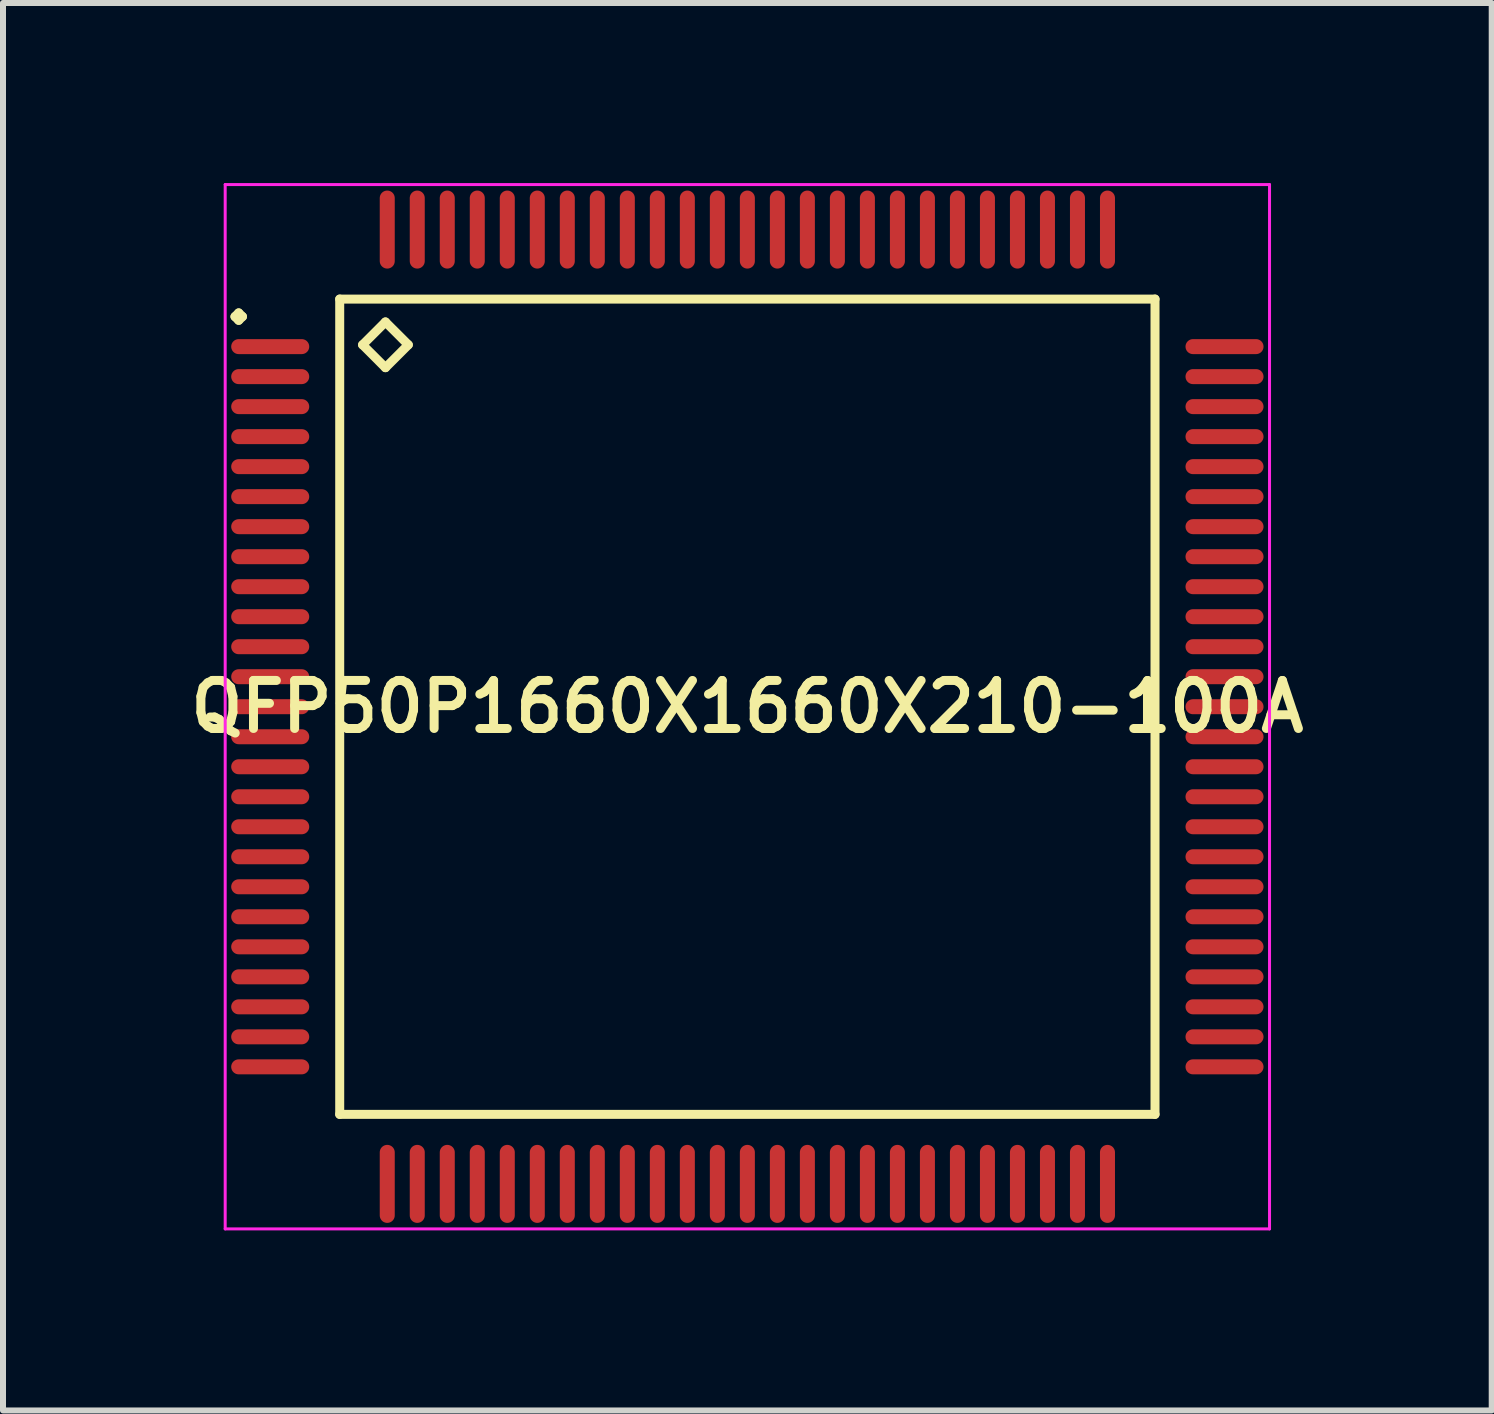
<source format=kicad_pcb>
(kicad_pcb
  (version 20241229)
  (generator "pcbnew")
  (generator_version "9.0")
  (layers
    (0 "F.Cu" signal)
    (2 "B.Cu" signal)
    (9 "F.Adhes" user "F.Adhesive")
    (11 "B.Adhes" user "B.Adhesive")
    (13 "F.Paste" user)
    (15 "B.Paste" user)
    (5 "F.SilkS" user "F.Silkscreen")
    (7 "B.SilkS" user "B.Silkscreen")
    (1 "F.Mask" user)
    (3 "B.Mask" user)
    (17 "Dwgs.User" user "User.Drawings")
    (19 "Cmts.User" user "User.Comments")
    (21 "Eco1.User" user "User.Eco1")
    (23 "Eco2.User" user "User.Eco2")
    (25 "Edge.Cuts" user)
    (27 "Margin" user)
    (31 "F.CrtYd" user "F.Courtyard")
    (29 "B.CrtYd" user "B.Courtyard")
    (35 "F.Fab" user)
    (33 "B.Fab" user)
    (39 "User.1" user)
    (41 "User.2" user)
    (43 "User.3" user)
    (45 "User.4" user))
  (footprint "QFP50P1660X1660X210-100A"
    (layer "F.Cu")
    (at 9.402 8.725)
    (property "Reference" "QFP50P1660X1660X210-100A" (at 0 0 0) (layer "F.SilkS") (effects (font (size 0.8 0.8) (thickness 0.15))))
    (attr smd)
    (fp_line (start -8.537 -6.5) (end -8.475 -6.562) (stroke (width 0.15) (type solid)) (layer "F.SilkS"))
    (fp_line (start -8.475 -6.562) (end -8.412 -6.5) (stroke (width 0.15) (type solid)) (layer "F.SilkS"))
    (fp_line (start -8.475 -6.438) (end -8.537 -6.5) (stroke (width 0.15) (type solid)) (layer "F.SilkS"))
    (fp_line (start -8.412 -6.5) (end -8.475 -6.438) (stroke (width 0.15) (type solid)) (layer "F.SilkS"))
    (fp_line (start -6.792 -6.792) (end -6.792 6.792) (stroke (width 0.15) (type solid)) (layer "F.SilkS"))
    (fp_line (start -6.792 6.792) (end 6.792 6.792) (stroke (width 0.15) (type solid)) (layer "F.SilkS"))
    (fp_line (start -6.411 -6.03) (end -6.03 -6.411) (stroke (width 0.15) (type solid)) (layer "F.SilkS"))
    (fp_line (start -6.03 -6.411) (end -5.649 -6.03) (stroke (width 0.15) (type solid)) (layer "F.SilkS"))
    (fp_line (start -6.03 -5.649) (end -6.411 -6.03) (stroke (width 0.15) (type solid)) (layer "F.SilkS"))
    (fp_line (start -5.649 -6.03) (end -6.03 -5.649) (stroke (width 0.15) (type solid)) (layer "F.SilkS"))
    (fp_line (start 6.792 -6.792) (end -6.792 -6.792) (stroke (width 0.15) (type solid)) (layer "F.SilkS"))
    (fp_line (start 6.792 6.792) (end 6.792 -6.792) (stroke (width 0.15) (type solid)) (layer "F.SilkS"))
    (fp_line (start -8.7 -8.7) (end 8.7 -8.7) (stroke (width 0.05) (type solid)) (layer "F.CrtYd"))
    (fp_line (start -8.7 8.7) (end -8.7 -8.7) (stroke (width 0.05) (type solid)) (layer "F.CrtYd"))
    (fp_line (start 8.7 -8.7) (end 8.7 8.7) (stroke (width 0.05) (type solid)) (layer "F.CrtYd"))
    (fp_line (start 8.7 8.7) (end -8.7 8.7) (stroke (width 0.05) (type solid)) (layer "F.CrtYd"))
    (pad "1" smd oval (at -7.95 -6) (size 1.3 0.25) (layers "F.Cu" "F.Mask" "F.Paste"))
    (pad "2" smd oval (at -7.95 -5.5) (size 1.3 0.25) (layers "F.Cu" "F.Mask" "F.Paste"))
    (pad "3" smd oval (at -7.95 -5) (size 1.3 0.25) (layers "F.Cu" "F.Mask" "F.Paste"))
    (pad "4" smd oval (at -7.95 -4.5) (size 1.3 0.25) (layers "F.Cu" "F.Mask" "F.Paste"))
    (pad "5" smd oval (at -7.95 -4) (size 1.3 0.25) (layers "F.Cu" "F.Mask" "F.Paste"))
    (pad "6" smd oval (at -7.95 -3.5) (size 1.3 0.25) (layers "F.Cu" "F.Mask" "F.Paste"))
    (pad "7" smd oval (at -7.95 -3) (size 1.3 0.25) (layers "F.Cu" "F.Mask" "F.Paste"))
    (pad "8" smd oval (at -7.95 -2.5) (size 1.3 0.25) (layers "F.Cu" "F.Mask" "F.Paste"))
    (pad "9" smd oval (at -7.95 -2) (size 1.3 0.25) (layers "F.Cu" "F.Mask" "F.Paste"))
    (pad "10" smd oval (at -7.95 -1.5) (size 1.3 0.25) (layers "F.Cu" "F.Mask" "F.Paste"))
    (pad "11" smd oval (at -7.95 -1) (size 1.3 0.25) (layers "F.Cu" "F.Mask" "F.Paste"))
    (pad "12" smd oval (at -7.95 -0.5) (size 1.3 0.25) (layers "F.Cu" "F.Mask" "F.Paste"))
    (pad "13" smd oval (at -7.95 0) (size 1.3 0.25) (layers "F.Cu" "F.Mask" "F.Paste"))
    (pad "14" smd oval (at -7.95 0.5) (size 1.3 0.25) (layers "F.Cu" "F.Mask" "F.Paste"))
    (pad "15" smd oval (at -7.95 1) (size 1.3 0.25) (layers "F.Cu" "F.Mask" "F.Paste"))
    (pad "16" smd oval (at -7.95 1.5) (size 1.3 0.25) (layers "F.Cu" "F.Mask" "F.Paste"))
    (pad "17" smd oval (at -7.95 2) (size 1.3 0.25) (layers "F.Cu" "F.Mask" "F.Paste"))
    (pad "18" smd oval (at -7.95 2.5) (size 1.3 0.25) (layers "F.Cu" "F.Mask" "F.Paste"))
    (pad "19" smd oval (at -7.95 3) (size 1.3 0.25) (layers "F.Cu" "F.Mask" "F.Paste"))
    (pad "20" smd oval (at -7.95 3.5) (size 1.3 0.25) (layers "F.Cu" "F.Mask" "F.Paste"))
    (pad "21" smd oval (at -7.95 4) (size 1.3 0.25) (layers "F.Cu" "F.Mask" "F.Paste"))
    (pad "22" smd oval (at -7.95 4.5) (size 1.3 0.25) (layers "F.Cu" "F.Mask" "F.Paste"))
    (pad "23" smd oval (at -7.95 5) (size 1.3 0.25) (layers "F.Cu" "F.Mask" "F.Paste"))
    (pad "24" smd oval (at -7.95 5.5) (size 1.3 0.25) (layers "F.Cu" "F.Mask" "F.Paste"))
    (pad "25" smd oval (at -7.95 6) (size 1.3 0.25) (layers "F.Cu" "F.Mask" "F.Paste"))
    (pad "26" smd oval (at -6 7.95) (size 0.25 1.3) (layers "F.Cu" "F.Mask" "F.Paste"))
    (pad "27" smd oval (at -5.5 7.95) (size 0.25 1.3) (layers "F.Cu" "F.Mask" "F.Paste"))
    (pad "28" smd oval (at -5 7.95) (size 0.25 1.3) (layers "F.Cu" "F.Mask" "F.Paste"))
    (pad "29" smd oval (at -4.5 7.95) (size 0.25 1.3) (layers "F.Cu" "F.Mask" "F.Paste"))
    (pad "30" smd oval (at -4 7.95) (size 0.25 1.3) (layers "F.Cu" "F.Mask" "F.Paste"))
    (pad "31" smd oval (at -3.5 7.95) (size 0.25 1.3) (layers "F.Cu" "F.Mask" "F.Paste"))
    (pad "32" smd oval (at -3 7.95) (size 0.25 1.3) (layers "F.Cu" "F.Mask" "F.Paste"))
    (pad "33" smd oval (at -2.5 7.95) (size 0.25 1.3) (layers "F.Cu" "F.Mask" "F.Paste"))
    (pad "34" smd oval (at -2 7.95) (size 0.25 1.3) (layers "F.Cu" "F.Mask" "F.Paste"))
    (pad "35" smd oval (at -1.5 7.95) (size 0.25 1.3) (layers "F.Cu" "F.Mask" "F.Paste"))
    (pad "36" smd oval (at -1 7.95) (size 0.25 1.3) (layers "F.Cu" "F.Mask" "F.Paste"))
    (pad "37" smd oval (at -0.5 7.95) (size 0.25 1.3) (layers "F.Cu" "F.Mask" "F.Paste"))
    (pad "38" smd oval (at 0 7.95) (size 0.25 1.3) (layers "F.Cu" "F.Mask" "F.Paste"))
    (pad "39" smd oval (at 0.5 7.95) (size 0.25 1.3) (layers "F.Cu" "F.Mask" "F.Paste"))
    (pad "40" smd oval (at 1 7.95) (size 0.25 1.3) (layers "F.Cu" "F.Mask" "F.Paste"))
    (pad "41" smd oval (at 1.5 7.95) (size 0.25 1.3) (layers "F.Cu" "F.Mask" "F.Paste"))
    (pad "42" smd oval (at 2 7.95) (size 0.25 1.3) (layers "F.Cu" "F.Mask" "F.Paste"))
    (pad "43" smd oval (at 2.5 7.95) (size 0.25 1.3) (layers "F.Cu" "F.Mask" "F.Paste"))
    (pad "44" smd oval (at 3 7.95) (size 0.25 1.3) (layers "F.Cu" "F.Mask" "F.Paste"))
    (pad "45" smd oval (at 3.5 7.95) (size 0.25 1.3) (layers "F.Cu" "F.Mask" "F.Paste"))
    (pad "46" smd oval (at 4 7.95) (size 0.25 1.3) (layers "F.Cu" "F.Mask" "F.Paste"))
    (pad "47" smd oval (at 4.5 7.95) (size 0.25 1.3) (layers "F.Cu" "F.Mask" "F.Paste"))
    (pad "48" smd oval (at 5 7.95) (size 0.25 1.3) (layers "F.Cu" "F.Mask" "F.Paste"))
    (pad "49" smd oval (at 5.5 7.95) (size 0.25 1.3) (layers "F.Cu" "F.Mask" "F.Paste"))
    (pad "50" smd oval (at 6 7.95) (size 0.25 1.3) (layers "F.Cu" "F.Mask" "F.Paste"))
    (pad "51" smd oval (at 7.95 6) (size 1.3 0.25) (layers "F.Cu" "F.Mask" "F.Paste"))
    (pad "52" smd oval (at 7.95 5.5) (size 1.3 0.25) (layers "F.Cu" "F.Mask" "F.Paste"))
    (pad "53" smd oval (at 7.95 5) (size 1.3 0.25) (layers "F.Cu" "F.Mask" "F.Paste"))
    (pad "54" smd oval (at 7.95 4.5) (size 1.3 0.25) (layers "F.Cu" "F.Mask" "F.Paste"))
    (pad "55" smd oval (at 7.95 4) (size 1.3 0.25) (layers "F.Cu" "F.Mask" "F.Paste"))
    (pad "56" smd oval (at 7.95 3.5) (size 1.3 0.25) (layers "F.Cu" "F.Mask" "F.Paste"))
    (pad "57" smd oval (at 7.95 3) (size 1.3 0.25) (layers "F.Cu" "F.Mask" "F.Paste"))
    (pad "58" smd oval (at 7.95 2.5) (size 1.3 0.25) (layers "F.Cu" "F.Mask" "F.Paste"))
    (pad "59" smd oval (at 7.95 2) (size 1.3 0.25) (layers "F.Cu" "F.Mask" "F.Paste"))
    (pad "60" smd oval (at 7.95 1.5) (size 1.3 0.25) (layers "F.Cu" "F.Mask" "F.Paste"))
    (pad "61" smd oval (at 7.95 1) (size 1.3 0.25) (layers "F.Cu" "F.Mask" "F.Paste"))
    (pad "62" smd oval (at 7.95 0.5) (size 1.3 0.25) (layers "F.Cu" "F.Mask" "F.Paste"))
    (pad "63" smd oval (at 7.95 0) (size 1.3 0.25) (layers "F.Cu" "F.Mask" "F.Paste"))
    (pad "64" smd oval (at 7.95 -0.5) (size 1.3 0.25) (layers "F.Cu" "F.Mask" "F.Paste"))
    (pad "65" smd oval (at 7.95 -1) (size 1.3 0.25) (layers "F.Cu" "F.Mask" "F.Paste"))
    (pad "66" smd oval (at 7.95 -1.5) (size 1.3 0.25) (layers "F.Cu" "F.Mask" "F.Paste"))
    (pad "67" smd oval (at 7.95 -2) (size 1.3 0.25) (layers "F.Cu" "F.Mask" "F.Paste"))
    (pad "68" smd oval (at 7.95 -2.5) (size 1.3 0.25) (layers "F.Cu" "F.Mask" "F.Paste"))
    (pad "69" smd oval (at 7.95 -3) (size 1.3 0.25) (layers "F.Cu" "F.Mask" "F.Paste"))
    (pad "70" smd oval (at 7.95 -3.5) (size 1.3 0.25) (layers "F.Cu" "F.Mask" "F.Paste"))
    (pad "71" smd oval (at 7.95 -4) (size 1.3 0.25) (layers "F.Cu" "F.Mask" "F.Paste"))
    (pad "72" smd oval (at 7.95 -4.5) (size 1.3 0.25) (layers "F.Cu" "F.Mask" "F.Paste"))
    (pad "73" smd oval (at 7.95 -5) (size 1.3 0.25) (layers "F.Cu" "F.Mask" "F.Paste"))
    (pad "74" smd oval (at 7.95 -5.5) (size 1.3 0.25) (layers "F.Cu" "F.Mask" "F.Paste"))
    (pad "75" smd oval (at 7.95 -6) (size 1.3 0.25) (layers "F.Cu" "F.Mask" "F.Paste"))
    (pad "76" smd oval (at 6 -7.95) (size 0.25 1.3) (layers "F.Cu" "F.Mask" "F.Paste"))
    (pad "77" smd oval (at 5.5 -7.95) (size 0.25 1.3) (layers "F.Cu" "F.Mask" "F.Paste"))
    (pad "78" smd oval (at 5 -7.95) (size 0.25 1.3) (layers "F.Cu" "F.Mask" "F.Paste"))
    (pad "79" smd oval (at 4.5 -7.95) (size 0.25 1.3) (layers "F.Cu" "F.Mask" "F.Paste"))
    (pad "80" smd oval (at 4 -7.95) (size 0.25 1.3) (layers "F.Cu" "F.Mask" "F.Paste"))
    (pad "81" smd oval (at 3.5 -7.95) (size 0.25 1.3) (layers "F.Cu" "F.Mask" "F.Paste"))
    (pad "82" smd oval (at 3 -7.95) (size 0.25 1.3) (layers "F.Cu" "F.Mask" "F.Paste"))
    (pad "83" smd oval (at 2.5 -7.95) (size 0.25 1.3) (layers "F.Cu" "F.Mask" "F.Paste"))
    (pad "84" smd oval (at 2 -7.95) (size 0.25 1.3) (layers "F.Cu" "F.Mask" "F.Paste"))
    (pad "85" smd oval (at 1.5 -7.95) (size 0.25 1.3) (layers "F.Cu" "F.Mask" "F.Paste"))
    (pad "86" smd oval (at 1 -7.95) (size 0.25 1.3) (layers "F.Cu" "F.Mask" "F.Paste"))
    (pad "87" smd oval (at 0.5 -7.95) (size 0.25 1.3) (layers "F.Cu" "F.Mask" "F.Paste"))
    (pad "88" smd oval (at 0 -7.95) (size 0.25 1.3) (layers "F.Cu" "F.Mask" "F.Paste"))
    (pad "89" smd oval (at -0.5 -7.95) (size 0.25 1.3) (layers "F.Cu" "F.Mask" "F.Paste"))
    (pad "90" smd oval (at -1 -7.95) (size 0.25 1.3) (layers "F.Cu" "F.Mask" "F.Paste"))
    (pad "91" smd oval (at -1.5 -7.95) (size 0.25 1.3) (layers "F.Cu" "F.Mask" "F.Paste"))
    (pad "92" smd oval (at -2 -7.95) (size 0.25 1.3) (layers "F.Cu" "F.Mask" "F.Paste"))
    (pad "93" smd oval (at -2.5 -7.95) (size 0.25 1.3) (layers "F.Cu" "F.Mask" "F.Paste"))
    (pad "94" smd oval (at -3 -7.95) (size 0.25 1.3) (layers "F.Cu" "F.Mask" "F.Paste"))
    (pad "95" smd oval (at -3.5 -7.95) (size 0.25 1.3) (layers "F.Cu" "F.Mask" "F.Paste"))
    (pad "96" smd oval (at -4 -7.95) (size 0.25 1.3) (layers "F.Cu" "F.Mask" "F.Paste"))
    (pad "97" smd oval (at -4.5 -7.95) (size 0.25 1.3) (layers "F.Cu" "F.Mask" "F.Paste"))
    (pad "98" smd oval (at -5 -7.95) (size 0.25 1.3) (layers "F.Cu" "F.Mask" "F.Paste"))
    (pad "99" smd oval (at -5.5 -7.95) (size 0.25 1.3) (layers "F.Cu" "F.Mask" "F.Paste"))
    (pad "100" smd oval (at -6 -7.95) (size 0.25 1.3) (layers "F.Cu" "F.Mask" "F.Paste")))
  (gr_rect
    (start -3 -3)
    (end 21.804 20.45)
    (stroke (width 0.1) (type default))
    (fill no)
    (layer "Edge.Cuts")))
</source>
